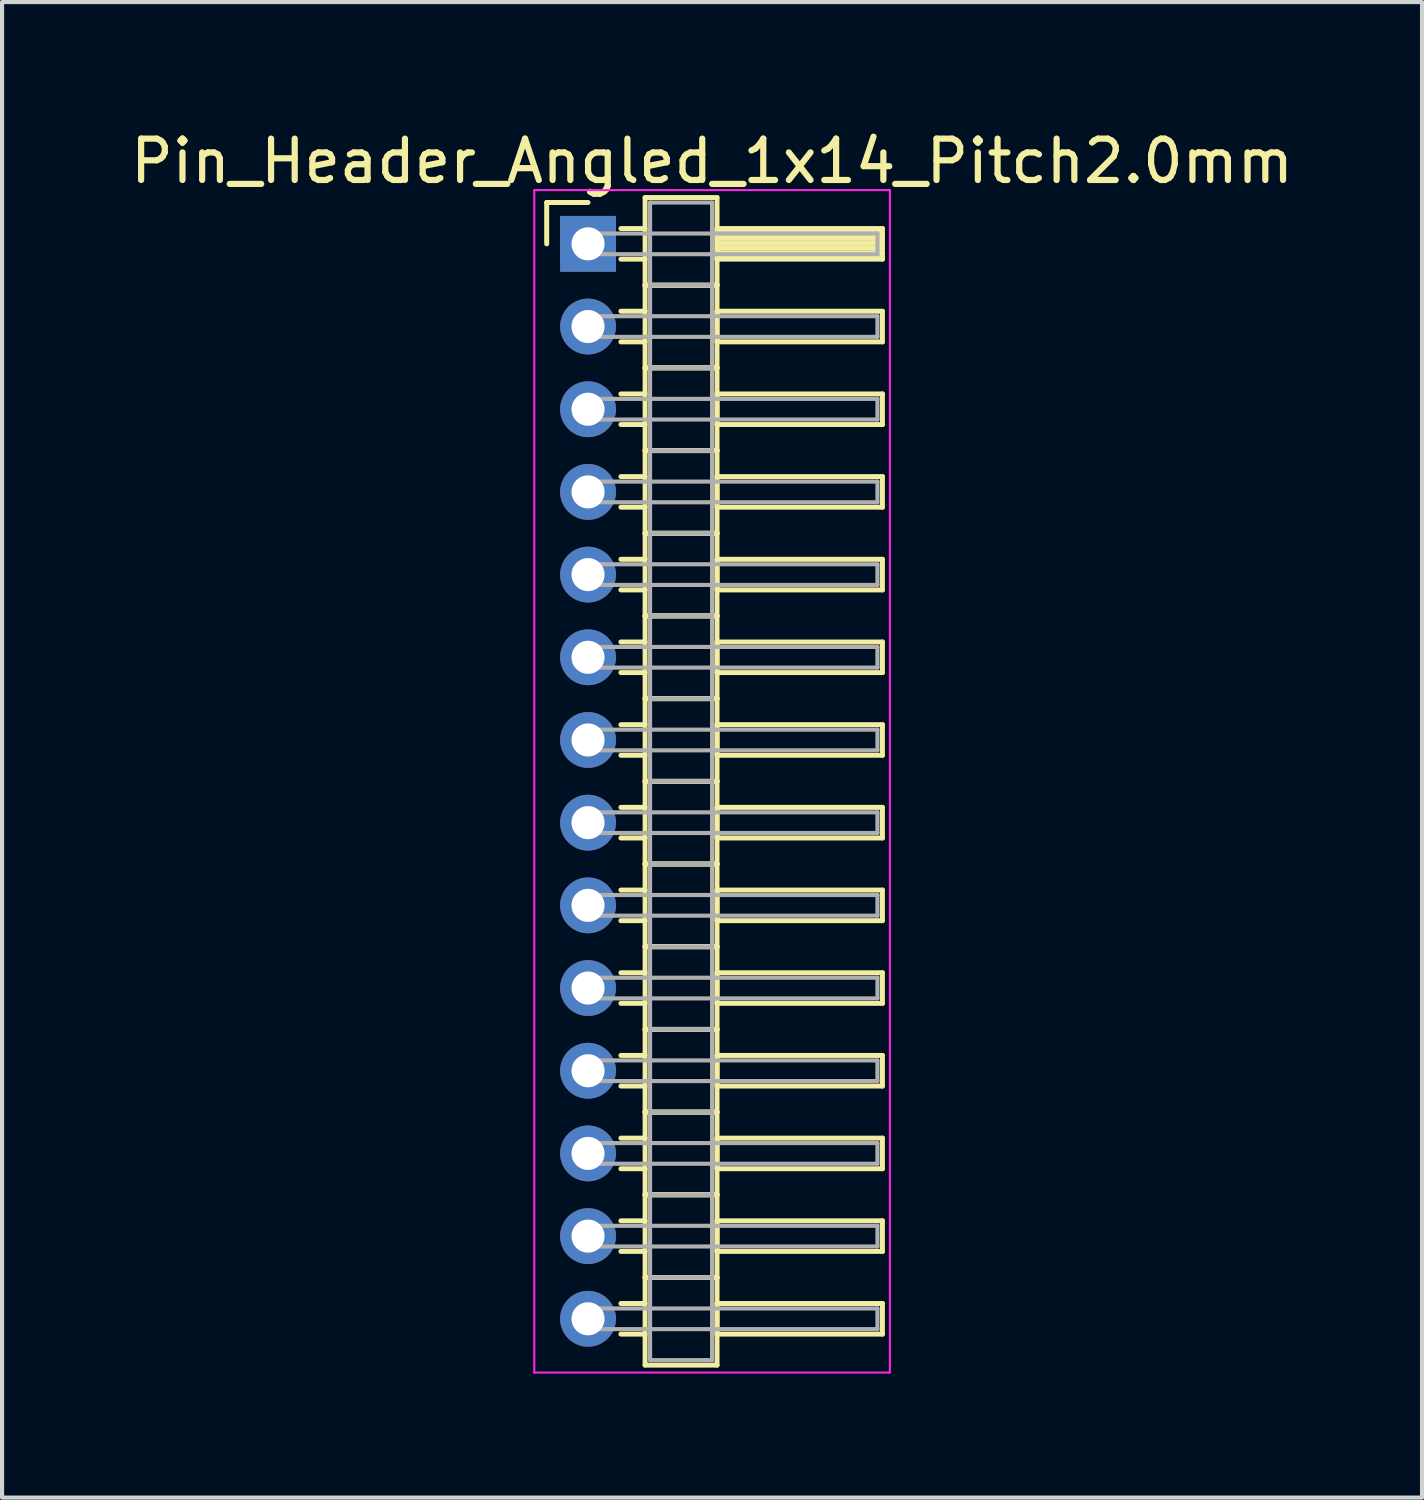
<source format=kicad_pcb>
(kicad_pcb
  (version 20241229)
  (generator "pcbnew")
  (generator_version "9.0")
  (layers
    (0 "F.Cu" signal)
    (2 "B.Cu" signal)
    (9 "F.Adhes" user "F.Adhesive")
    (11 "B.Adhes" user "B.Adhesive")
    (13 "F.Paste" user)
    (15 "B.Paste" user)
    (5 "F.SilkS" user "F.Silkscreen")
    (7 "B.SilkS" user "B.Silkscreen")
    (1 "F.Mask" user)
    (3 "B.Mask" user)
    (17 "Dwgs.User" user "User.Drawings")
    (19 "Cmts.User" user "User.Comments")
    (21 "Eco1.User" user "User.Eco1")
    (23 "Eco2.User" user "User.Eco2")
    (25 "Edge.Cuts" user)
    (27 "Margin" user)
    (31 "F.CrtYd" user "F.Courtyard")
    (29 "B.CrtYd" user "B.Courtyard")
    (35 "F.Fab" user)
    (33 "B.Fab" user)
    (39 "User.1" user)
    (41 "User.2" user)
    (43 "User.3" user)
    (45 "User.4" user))
  (footprint "Pin_Header_Angled_1x14_Pitch2.0mm"
    (layer "F.Cu")
    (at 11.173 2.848)
    (property "Reference" "Pin_Header_Angled_1x14_Pitch2.0mm" (at 3 -2 0) (layer "F.SilkS") (effects (font (size 1 1) (thickness 0.15))))
    (attr through_hole)
    (fp_line (start -1 -1) (end 0 -1) (stroke (width 0.12) (type solid)) (layer "F.SilkS"))
    (fp_line (start -1 0) (end -1 -1) (stroke (width 0.12) (type solid)) (layer "F.SilkS"))
    (fp_line (start 0.795 -0.37) (end 1.38 -0.37) (stroke (width 0.12) (type solid)) (layer "F.SilkS"))
    (fp_line (start 0.795 0.37) (end 1.38 0.37) (stroke (width 0.12) (type solid)) (layer "F.SilkS"))
    (fp_line (start 0.795 1.63) (end 1.38 1.63) (stroke (width 0.12) (type solid)) (layer "F.SilkS"))
    (fp_line (start 0.795 2.37) (end 1.38 2.37) (stroke (width 0.12) (type solid)) (layer "F.SilkS"))
    (fp_line (start 0.795 3.63) (end 1.38 3.63) (stroke (width 0.12) (type solid)) (layer "F.SilkS"))
    (fp_line (start 0.795 4.37) (end 1.38 4.37) (stroke (width 0.12) (type solid)) (layer "F.SilkS"))
    (fp_line (start 0.795 5.63) (end 1.38 5.63) (stroke (width 0.12) (type solid)) (layer "F.SilkS"))
    (fp_line (start 0.795 6.37) (end 1.38 6.37) (stroke (width 0.12) (type solid)) (layer "F.SilkS"))
    (fp_line (start 0.795 7.63) (end 1.38 7.63) (stroke (width 0.12) (type solid)) (layer "F.SilkS"))
    (fp_line (start 0.795 8.37) (end 1.38 8.37) (stroke (width 0.12) (type solid)) (layer "F.SilkS"))
    (fp_line (start 0.795 9.63) (end 1.38 9.63) (stroke (width 0.12) (type solid)) (layer "F.SilkS"))
    (fp_line (start 0.795 10.37) (end 1.38 10.37) (stroke (width 0.12) (type solid)) (layer "F.SilkS"))
    (fp_line (start 0.795 11.63) (end 1.38 11.63) (stroke (width 0.12) (type solid)) (layer "F.SilkS"))
    (fp_line (start 0.795 12.37) (end 1.38 12.37) (stroke (width 0.12) (type solid)) (layer "F.SilkS"))
    (fp_line (start 0.795 13.63) (end 1.38 13.63) (stroke (width 0.12) (type solid)) (layer "F.SilkS"))
    (fp_line (start 0.795 14.37) (end 1.38 14.37) (stroke (width 0.12) (type solid)) (layer "F.SilkS"))
    (fp_line (start 0.795 15.63) (end 1.38 15.63) (stroke (width 0.12) (type solid)) (layer "F.SilkS"))
    (fp_line (start 0.795 16.37) (end 1.38 16.37) (stroke (width 0.12) (type solid)) (layer "F.SilkS"))
    (fp_line (start 0.795 17.63) (end 1.38 17.63) (stroke (width 0.12) (type solid)) (layer "F.SilkS"))
    (fp_line (start 0.795 18.37) (end 1.38 18.37) (stroke (width 0.12) (type solid)) (layer "F.SilkS"))
    (fp_line (start 0.795 19.63) (end 1.38 19.63) (stroke (width 0.12) (type solid)) (layer "F.SilkS"))
    (fp_line (start 0.795 20.37) (end 1.38 20.37) (stroke (width 0.12) (type solid)) (layer "F.SilkS"))
    (fp_line (start 0.795 21.63) (end 1.38 21.63) (stroke (width 0.12) (type solid)) (layer "F.SilkS"))
    (fp_line (start 0.795 22.37) (end 1.38 22.37) (stroke (width 0.12) (type solid)) (layer "F.SilkS"))
    (fp_line (start 0.795 23.63) (end 1.38 23.63) (stroke (width 0.12) (type solid)) (layer "F.SilkS"))
    (fp_line (start 0.795 24.37) (end 1.38 24.37) (stroke (width 0.12) (type solid)) (layer "F.SilkS"))
    (fp_line (start 0.795 25.63) (end 1.38 25.63) (stroke (width 0.12) (type solid)) (layer "F.SilkS"))
    (fp_line (start 0.795 26.37) (end 1.38 26.37) (stroke (width 0.12) (type solid)) (layer "F.SilkS"))
    (fp_line (start 1.38 -1.12) (end 1.38 1) (stroke (width 0.12) (type solid)) (layer "F.SilkS"))
    (fp_line (start 1.38 1) (end 1.38 3) (stroke (width 0.12) (type solid)) (layer "F.SilkS"))
    (fp_line (start 1.38 1) (end 3.12 1) (stroke (width 0.12) (type solid)) (layer "F.SilkS"))
    (fp_line (start 1.38 3) (end 1.38 5) (stroke (width 0.12) (type solid)) (layer "F.SilkS"))
    (fp_line (start 1.38 3) (end 3.12 3) (stroke (width 0.12) (type solid)) (layer "F.SilkS"))
    (fp_line (start 1.38 5) (end 1.38 7) (stroke (width 0.12) (type solid)) (layer "F.SilkS"))
    (fp_line (start 1.38 5) (end 3.12 5) (stroke (width 0.12) (type solid)) (layer "F.SilkS"))
    (fp_line (start 1.38 7) (end 1.38 9) (stroke (width 0.12) (type solid)) (layer "F.SilkS"))
    (fp_line (start 1.38 7) (end 3.12 7) (stroke (width 0.12) (type solid)) (layer "F.SilkS"))
    (fp_line (start 1.38 9) (end 1.38 11) (stroke (width 0.12) (type solid)) (layer "F.SilkS"))
    (fp_line (start 1.38 9) (end 3.12 9) (stroke (width 0.12) (type solid)) (layer "F.SilkS"))
    (fp_line (start 1.38 11) (end 1.38 13) (stroke (width 0.12) (type solid)) (layer "F.SilkS"))
    (fp_line (start 1.38 11) (end 3.12 11) (stroke (width 0.12) (type solid)) (layer "F.SilkS"))
    (fp_line (start 1.38 13) (end 1.38 15) (stroke (width 0.12) (type solid)) (layer "F.SilkS"))
    (fp_line (start 1.38 13) (end 3.12 13) (stroke (width 0.12) (type solid)) (layer "F.SilkS"))
    (fp_line (start 1.38 15) (end 1.38 17) (stroke (width 0.12) (type solid)) (layer "F.SilkS"))
    (fp_line (start 1.38 15) (end 3.12 15) (stroke (width 0.12) (type solid)) (layer "F.SilkS"))
    (fp_line (start 1.38 17) (end 1.38 19) (stroke (width 0.12) (type solid)) (layer "F.SilkS"))
    (fp_line (start 1.38 17) (end 3.12 17) (stroke (width 0.12) (type solid)) (layer "F.SilkS"))
    (fp_line (start 1.38 19) (end 1.38 21) (stroke (width 0.12) (type solid)) (layer "F.SilkS"))
    (fp_line (start 1.38 19) (end 3.12 19) (stroke (width 0.12) (type solid)) (layer "F.SilkS"))
    (fp_line (start 1.38 21) (end 1.38 23) (stroke (width 0.12) (type solid)) (layer "F.SilkS"))
    (fp_line (start 1.38 21) (end 3.12 21) (stroke (width 0.12) (type solid)) (layer "F.SilkS"))
    (fp_line (start 1.38 23) (end 1.38 25) (stroke (width 0.12) (type solid)) (layer "F.SilkS"))
    (fp_line (start 1.38 23) (end 3.12 23) (stroke (width 0.12) (type solid)) (layer "F.SilkS"))
    (fp_line (start 1.38 25) (end 1.38 27.12) (stroke (width 0.12) (type solid)) (layer "F.SilkS"))
    (fp_line (start 1.38 25) (end 3.12 25) (stroke (width 0.12) (type solid)) (layer "F.SilkS"))
    (fp_line (start 1.38 27.12) (end 3.12 27.12) (stroke (width 0.12) (type solid)) (layer "F.SilkS"))
    (fp_line (start 3.12 -1.12) (end 1.38 -1.12) (stroke (width 0.12) (type solid)) (layer "F.SilkS"))
    (fp_line (start 3.12 -0.37) (end 3.12 0.37) (stroke (width 0.12) (type solid)) (layer "F.SilkS"))
    (fp_line (start 3.12 -0.25) (end 7.12 -0.25) (stroke (width 0.12) (type solid)) (layer "F.SilkS"))
    (fp_line (start 3.12 -0.13) (end 7.12 -0.13) (stroke (width 0.12) (type solid)) (layer "F.SilkS"))
    (fp_line (start 3.12 -0.01) (end 7.12 -0.01) (stroke (width 0.12) (type solid)) (layer "F.SilkS"))
    (fp_line (start 3.12 0.11) (end 7.12 0.11) (stroke (width 0.12) (type solid)) (layer "F.SilkS"))
    (fp_line (start 3.12 0.23) (end 7.12 0.23) (stroke (width 0.12) (type solid)) (layer "F.SilkS"))
    (fp_line (start 3.12 0.35) (end 7.12 0.35) (stroke (width 0.12) (type solid)) (layer "F.SilkS"))
    (fp_line (start 3.12 0.37) (end 7.12 0.37) (stroke (width 0.12) (type solid)) (layer "F.SilkS"))
    (fp_line (start 3.12 1) (end 1.38 1) (stroke (width 0.12) (type solid)) (layer "F.SilkS"))
    (fp_line (start 3.12 1) (end 3.12 -1.12) (stroke (width 0.12) (type solid)) (layer "F.SilkS"))
    (fp_line (start 3.12 1.63) (end 3.12 2.37) (stroke (width 0.12) (type solid)) (layer "F.SilkS"))
    (fp_line (start 3.12 2.37) (end 7.12 2.37) (stroke (width 0.12) (type solid)) (layer "F.SilkS"))
    (fp_line (start 3.12 3) (end 1.38 3) (stroke (width 0.12) (type solid)) (layer "F.SilkS"))
    (fp_line (start 3.12 3) (end 3.12 1) (stroke (width 0.12) (type solid)) (layer "F.SilkS"))
    (fp_line (start 3.12 3.63) (end 3.12 4.37) (stroke (width 0.12) (type solid)) (layer "F.SilkS"))
    (fp_line (start 3.12 4.37) (end 7.12 4.37) (stroke (width 0.12) (type solid)) (layer "F.SilkS"))
    (fp_line (start 3.12 5) (end 1.38 5) (stroke (width 0.12) (type solid)) (layer "F.SilkS"))
    (fp_line (start 3.12 5) (end 3.12 3) (stroke (width 0.12) (type solid)) (layer "F.SilkS"))
    (fp_line (start 3.12 5.63) (end 3.12 6.37) (stroke (width 0.12) (type solid)) (layer "F.SilkS"))
    (fp_line (start 3.12 6.37) (end 7.12 6.37) (stroke (width 0.12) (type solid)) (layer "F.SilkS"))
    (fp_line (start 3.12 7) (end 1.38 7) (stroke (width 0.12) (type solid)) (layer "F.SilkS"))
    (fp_line (start 3.12 7) (end 3.12 5) (stroke (width 0.12) (type solid)) (layer "F.SilkS"))
    (fp_line (start 3.12 7.63) (end 3.12 8.37) (stroke (width 0.12) (type solid)) (layer "F.SilkS"))
    (fp_line (start 3.12 8.37) (end 7.12 8.37) (stroke (width 0.12) (type solid)) (layer "F.SilkS"))
    (fp_line (start 3.12 9) (end 1.38 9) (stroke (width 0.12) (type solid)) (layer "F.SilkS"))
    (fp_line (start 3.12 9) (end 3.12 7) (stroke (width 0.12) (type solid)) (layer "F.SilkS"))
    (fp_line (start 3.12 9.63) (end 3.12 10.37) (stroke (width 0.12) (type solid)) (layer "F.SilkS"))
    (fp_line (start 3.12 10.37) (end 7.12 10.37) (stroke (width 0.12) (type solid)) (layer "F.SilkS"))
    (fp_line (start 3.12 11) (end 1.38 11) (stroke (width 0.12) (type solid)) (layer "F.SilkS"))
    (fp_line (start 3.12 11) (end 3.12 9) (stroke (width 0.12) (type solid)) (layer "F.SilkS"))
    (fp_line (start 3.12 11.63) (end 3.12 12.37) (stroke (width 0.12) (type solid)) (layer "F.SilkS"))
    (fp_line (start 3.12 12.37) (end 7.12 12.37) (stroke (width 0.12) (type solid)) (layer "F.SilkS"))
    (fp_line (start 3.12 13) (end 1.38 13) (stroke (width 0.12) (type solid)) (layer "F.SilkS"))
    (fp_line (start 3.12 13) (end 3.12 11) (stroke (width 0.12) (type solid)) (layer "F.SilkS"))
    (fp_line (start 3.12 13.63) (end 3.12 14.37) (stroke (width 0.12) (type solid)) (layer "F.SilkS"))
    (fp_line (start 3.12 14.37) (end 7.12 14.37) (stroke (width 0.12) (type solid)) (layer "F.SilkS"))
    (fp_line (start 3.12 15) (end 1.38 15) (stroke (width 0.12) (type solid)) (layer "F.SilkS"))
    (fp_line (start 3.12 15) (end 3.12 13) (stroke (width 0.12) (type solid)) (layer "F.SilkS"))
    (fp_line (start 3.12 15.63) (end 3.12 16.37) (stroke (width 0.12) (type solid)) (layer "F.SilkS"))
    (fp_line (start 3.12 16.37) (end 7.12 16.37) (stroke (width 0.12) (type solid)) (layer "F.SilkS"))
    (fp_line (start 3.12 17) (end 1.38 17) (stroke (width 0.12) (type solid)) (layer "F.SilkS"))
    (fp_line (start 3.12 17) (end 3.12 15) (stroke (width 0.12) (type solid)) (layer "F.SilkS"))
    (fp_line (start 3.12 17.63) (end 3.12 18.37) (stroke (width 0.12) (type solid)) (layer "F.SilkS"))
    (fp_line (start 3.12 18.37) (end 7.12 18.37) (stroke (width 0.12) (type solid)) (layer "F.SilkS"))
    (fp_line (start 3.12 19) (end 1.38 19) (stroke (width 0.12) (type solid)) (layer "F.SilkS"))
    (fp_line (start 3.12 19) (end 3.12 17) (stroke (width 0.12) (type solid)) (layer "F.SilkS"))
    (fp_line (start 3.12 19.63) (end 3.12 20.37) (stroke (width 0.12) (type solid)) (layer "F.SilkS"))
    (fp_line (start 3.12 20.37) (end 7.12 20.37) (stroke (width 0.12) (type solid)) (layer "F.SilkS"))
    (fp_line (start 3.12 21) (end 1.38 21) (stroke (width 0.12) (type solid)) (layer "F.SilkS"))
    (fp_line (start 3.12 21) (end 3.12 19) (stroke (width 0.12) (type solid)) (layer "F.SilkS"))
    (fp_line (start 3.12 21.63) (end 3.12 22.37) (stroke (width 0.12) (type solid)) (layer "F.SilkS"))
    (fp_line (start 3.12 22.37) (end 7.12 22.37) (stroke (width 0.12) (type solid)) (layer "F.SilkS"))
    (fp_line (start 3.12 23) (end 1.38 23) (stroke (width 0.12) (type solid)) (layer "F.SilkS"))
    (fp_line (start 3.12 23) (end 3.12 21) (stroke (width 0.12) (type solid)) (layer "F.SilkS"))
    (fp_line (start 3.12 23.63) (end 3.12 24.37) (stroke (width 0.12) (type solid)) (layer "F.SilkS"))
    (fp_line (start 3.12 24.37) (end 7.12 24.37) (stroke (width 0.12) (type solid)) (layer "F.SilkS"))
    (fp_line (start 3.12 25) (end 1.38 25) (stroke (width 0.12) (type solid)) (layer "F.SilkS"))
    (fp_line (start 3.12 25) (end 3.12 23) (stroke (width 0.12) (type solid)) (layer "F.SilkS"))
    (fp_line (start 3.12 25.63) (end 3.12 26.37) (stroke (width 0.12) (type solid)) (layer "F.SilkS"))
    (fp_line (start 3.12 26.37) (end 7.12 26.37) (stroke (width 0.12) (type solid)) (layer "F.SilkS"))
    (fp_line (start 3.12 27.12) (end 3.12 25) (stroke (width 0.12) (type solid)) (layer "F.SilkS"))
    (fp_line (start 7.12 -0.37) (end 3.12 -0.37) (stroke (width 0.12) (type solid)) (layer "F.SilkS"))
    (fp_line (start 7.12 0.37) (end 7.12 -0.37) (stroke (width 0.12) (type solid)) (layer "F.SilkS"))
    (fp_line (start 7.12 1.63) (end 3.12 1.63) (stroke (width 0.12) (type solid)) (layer "F.SilkS"))
    (fp_line (start 7.12 2.37) (end 7.12 1.63) (stroke (width 0.12) (type solid)) (layer "F.SilkS"))
    (fp_line (start 7.12 3.63) (end 3.12 3.63) (stroke (width 0.12) (type solid)) (layer "F.SilkS"))
    (fp_line (start 7.12 4.37) (end 7.12 3.63) (stroke (width 0.12) (type solid)) (layer "F.SilkS"))
    (fp_line (start 7.12 5.63) (end 3.12 5.63) (stroke (width 0.12) (type solid)) (layer "F.SilkS"))
    (fp_line (start 7.12 6.37) (end 7.12 5.63) (stroke (width 0.12) (type solid)) (layer "F.SilkS"))
    (fp_line (start 7.12 7.63) (end 3.12 7.63) (stroke (width 0.12) (type solid)) (layer "F.SilkS"))
    (fp_line (start 7.12 8.37) (end 7.12 7.63) (stroke (width 0.12) (type solid)) (layer "F.SilkS"))
    (fp_line (start 7.12 9.63) (end 3.12 9.63) (stroke (width 0.12) (type solid)) (layer "F.SilkS"))
    (fp_line (start 7.12 10.37) (end 7.12 9.63) (stroke (width 0.12) (type solid)) (layer "F.SilkS"))
    (fp_line (start 7.12 11.63) (end 3.12 11.63) (stroke (width 0.12) (type solid)) (layer "F.SilkS"))
    (fp_line (start 7.12 12.37) (end 7.12 11.63) (stroke (width 0.12) (type solid)) (layer "F.SilkS"))
    (fp_line (start 7.12 13.63) (end 3.12 13.63) (stroke (width 0.12) (type solid)) (layer "F.SilkS"))
    (fp_line (start 7.12 14.37) (end 7.12 13.63) (stroke (width 0.12) (type solid)) (layer "F.SilkS"))
    (fp_line (start 7.12 15.63) (end 3.12 15.63) (stroke (width 0.12) (type solid)) (layer "F.SilkS"))
    (fp_line (start 7.12 16.37) (end 7.12 15.63) (stroke (width 0.12) (type solid)) (layer "F.SilkS"))
    (fp_line (start 7.12 17.63) (end 3.12 17.63) (stroke (width 0.12) (type solid)) (layer "F.SilkS"))
    (fp_line (start 7.12 18.37) (end 7.12 17.63) (stroke (width 0.12) (type solid)) (layer "F.SilkS"))
    (fp_line (start 7.12 19.63) (end 3.12 19.63) (stroke (width 0.12) (type solid)) (layer "F.SilkS"))
    (fp_line (start 7.12 20.37) (end 7.12 19.63) (stroke (width 0.12) (type solid)) (layer "F.SilkS"))
    (fp_line (start 7.12 21.63) (end 3.12 21.63) (stroke (width 0.12) (type solid)) (layer "F.SilkS"))
    (fp_line (start 7.12 22.37) (end 7.12 21.63) (stroke (width 0.12) (type solid)) (layer "F.SilkS"))
    (fp_line (start 7.12 23.63) (end 3.12 23.63) (stroke (width 0.12) (type solid)) (layer "F.SilkS"))
    (fp_line (start 7.12 24.37) (end 7.12 23.63) (stroke (width 0.12) (type solid)) (layer "F.SilkS"))
    (fp_line (start 7.12 25.63) (end 3.12 25.63) (stroke (width 0.12) (type solid)) (layer "F.SilkS"))
    (fp_line (start 7.12 26.37) (end 7.12 25.63) (stroke (width 0.12) (type solid)) (layer "F.SilkS"))
    (fp_line (start -1.3 -1.3) (end -1.3 27.3) (stroke (width 0.05) (type solid)) (layer "F.CrtYd"))
    (fp_line (start -1.3 27.3) (end 7.3 27.3) (stroke (width 0.05) (type solid)) (layer "F.CrtYd"))
    (fp_line (start 7.3 -1.3) (end -1.3 -1.3) (stroke (width 0.05) (type solid)) (layer "F.CrtYd"))
    (fp_line (start 7.3 27.3) (end 7.3 -1.3) (stroke (width 0.05) (type solid)) (layer "F.CrtYd"))
    (fp_line (start 0 -0.25) (end 0 0.25) (stroke (width 0.1) (type solid)) (layer "F.Fab"))
    (fp_line (start 0 0.25) (end 7 0.25) (stroke (width 0.1) (type solid)) (layer "F.Fab"))
    (fp_line (start 0 1.75) (end 0 2.25) (stroke (width 0.1) (type solid)) (layer "F.Fab"))
    (fp_line (start 0 2.25) (end 7 2.25) (stroke (width 0.1) (type solid)) (layer "F.Fab"))
    (fp_line (start 0 3.75) (end 0 4.25) (stroke (width 0.1) (type solid)) (layer "F.Fab"))
    (fp_line (start 0 4.25) (end 7 4.25) (stroke (width 0.1) (type solid)) (layer "F.Fab"))
    (fp_line (start 0 5.75) (end 0 6.25) (stroke (width 0.1) (type solid)) (layer "F.Fab"))
    (fp_line (start 0 6.25) (end 7 6.25) (stroke (width 0.1) (type solid)) (layer "F.Fab"))
    (fp_line (start 0 7.75) (end 0 8.25) (stroke (width 0.1) (type solid)) (layer "F.Fab"))
    (fp_line (start 0 8.25) (end 7 8.25) (stroke (width 0.1) (type solid)) (layer "F.Fab"))
    (fp_line (start 0 9.75) (end 0 10.25) (stroke (width 0.1) (type solid)) (layer "F.Fab"))
    (fp_line (start 0 10.25) (end 7 10.25) (stroke (width 0.1) (type solid)) (layer "F.Fab"))
    (fp_line (start 0 11.75) (end 0 12.25) (stroke (width 0.1) (type solid)) (layer "F.Fab"))
    (fp_line (start 0 12.25) (end 7 12.25) (stroke (width 0.1) (type solid)) (layer "F.Fab"))
    (fp_line (start 0 13.75) (end 0 14.25) (stroke (width 0.1) (type solid)) (layer "F.Fab"))
    (fp_line (start 0 14.25) (end 7 14.25) (stroke (width 0.1) (type solid)) (layer "F.Fab"))
    (fp_line (start 0 15.75) (end 0 16.25) (stroke (width 0.1) (type solid)) (layer "F.Fab"))
    (fp_line (start 0 16.25) (end 7 16.25) (stroke (width 0.1) (type solid)) (layer "F.Fab"))
    (fp_line (start 0 17.75) (end 0 18.25) (stroke (width 0.1) (type solid)) (layer "F.Fab"))
    (fp_line (start 0 18.25) (end 7 18.25) (stroke (width 0.1) (type solid)) (layer "F.Fab"))
    (fp_line (start 0 19.75) (end 0 20.25) (stroke (width 0.1) (type solid)) (layer "F.Fab"))
    (fp_line (start 0 20.25) (end 7 20.25) (stroke (width 0.1) (type solid)) (layer "F.Fab"))
    (fp_line (start 0 21.75) (end 0 22.25) (stroke (width 0.1) (type solid)) (layer "F.Fab"))
    (fp_line (start 0 22.25) (end 7 22.25) (stroke (width 0.1) (type solid)) (layer "F.Fab"))
    (fp_line (start 0 23.75) (end 0 24.25) (stroke (width 0.1) (type solid)) (layer "F.Fab"))
    (fp_line (start 0 24.25) (end 7 24.25) (stroke (width 0.1) (type solid)) (layer "F.Fab"))
    (fp_line (start 0 25.75) (end 0 26.25) (stroke (width 0.1) (type solid)) (layer "F.Fab"))
    (fp_line (start 0 26.25) (end 7 26.25) (stroke (width 0.1) (type solid)) (layer "F.Fab"))
    (fp_line (start 1.5 -1) (end 1.5 1) (stroke (width 0.1) (type solid)) (layer "F.Fab"))
    (fp_line (start 1.5 1) (end 1.5 3) (stroke (width 0.1) (type solid)) (layer "F.Fab"))
    (fp_line (start 1.5 1) (end 3 1) (stroke (width 0.1) (type solid)) (layer "F.Fab"))
    (fp_line (start 1.5 3) (end 1.5 5) (stroke (width 0.1) (type solid)) (layer "F.Fab"))
    (fp_line (start 1.5 3) (end 3 3) (stroke (width 0.1) (type solid)) (layer "F.Fab"))
    (fp_line (start 1.5 5) (end 1.5 7) (stroke (width 0.1) (type solid)) (layer "F.Fab"))
    (fp_line (start 1.5 5) (end 3 5) (stroke (width 0.1) (type solid)) (layer "F.Fab"))
    (fp_line (start 1.5 7) (end 1.5 9) (stroke (width 0.1) (type solid)) (layer "F.Fab"))
    (fp_line (start 1.5 7) (end 3 7) (stroke (width 0.1) (type solid)) (layer "F.Fab"))
    (fp_line (start 1.5 9) (end 1.5 11) (stroke (width 0.1) (type solid)) (layer "F.Fab"))
    (fp_line (start 1.5 9) (end 3 9) (stroke (width 0.1) (type solid)) (layer "F.Fab"))
    (fp_line (start 1.5 11) (end 1.5 13) (stroke (width 0.1) (type solid)) (layer "F.Fab"))
    (fp_line (start 1.5 11) (end 3 11) (stroke (width 0.1) (type solid)) (layer "F.Fab"))
    (fp_line (start 1.5 13) (end 1.5 15) (stroke (width 0.1) (type solid)) (layer "F.Fab"))
    (fp_line (start 1.5 13) (end 3 13) (stroke (width 0.1) (type solid)) (layer "F.Fab"))
    (fp_line (start 1.5 15) (end 1.5 17) (stroke (width 0.1) (type solid)) (layer "F.Fab"))
    (fp_line (start 1.5 15) (end 3 15) (stroke (width 0.1) (type solid)) (layer "F.Fab"))
    (fp_line (start 1.5 17) (end 1.5 19) (stroke (width 0.1) (type solid)) (layer "F.Fab"))
    (fp_line (start 1.5 17) (end 3 17) (stroke (width 0.1) (type solid)) (layer "F.Fab"))
    (fp_line (start 1.5 19) (end 1.5 21) (stroke (width 0.1) (type solid)) (layer "F.Fab"))
    (fp_line (start 1.5 19) (end 3 19) (stroke (width 0.1) (type solid)) (layer "F.Fab"))
    (fp_line (start 1.5 21) (end 1.5 23) (stroke (width 0.1) (type solid)) (layer "F.Fab"))
    (fp_line (start 1.5 21) (end 3 21) (stroke (width 0.1) (type solid)) (layer "F.Fab"))
    (fp_line (start 1.5 23) (end 1.5 25) (stroke (width 0.1) (type solid)) (layer "F.Fab"))
    (fp_line (start 1.5 23) (end 3 23) (stroke (width 0.1) (type solid)) (layer "F.Fab"))
    (fp_line (start 1.5 25) (end 1.5 27) (stroke (width 0.1) (type solid)) (layer "F.Fab"))
    (fp_line (start 1.5 25) (end 3 25) (stroke (width 0.1) (type solid)) (layer "F.Fab"))
    (fp_line (start 1.5 27) (end 3 27) (stroke (width 0.1) (type solid)) (layer "F.Fab"))
    (fp_line (start 3 -1) (end 1.5 -1) (stroke (width 0.1) (type solid)) (layer "F.Fab"))
    (fp_line (start 3 1) (end 1.5 1) (stroke (width 0.1) (type solid)) (layer "F.Fab"))
    (fp_line (start 3 1) (end 3 -1) (stroke (width 0.1) (type solid)) (layer "F.Fab"))
    (fp_line (start 3 3) (end 1.5 3) (stroke (width 0.1) (type solid)) (layer "F.Fab"))
    (fp_line (start 3 3) (end 3 1) (stroke (width 0.1) (type solid)) (layer "F.Fab"))
    (fp_line (start 3 5) (end 1.5 5) (stroke (width 0.1) (type solid)) (layer "F.Fab"))
    (fp_line (start 3 5) (end 3 3) (stroke (width 0.1) (type solid)) (layer "F.Fab"))
    (fp_line (start 3 7) (end 1.5 7) (stroke (width 0.1) (type solid)) (layer "F.Fab"))
    (fp_line (start 3 7) (end 3 5) (stroke (width 0.1) (type solid)) (layer "F.Fab"))
    (fp_line (start 3 9) (end 1.5 9) (stroke (width 0.1) (type solid)) (layer "F.Fab"))
    (fp_line (start 3 9) (end 3 7) (stroke (width 0.1) (type solid)) (layer "F.Fab"))
    (fp_line (start 3 11) (end 1.5 11) (stroke (width 0.1) (type solid)) (layer "F.Fab"))
    (fp_line (start 3 11) (end 3 9) (stroke (width 0.1) (type solid)) (layer "F.Fab"))
    (fp_line (start 3 13) (end 1.5 13) (stroke (width 0.1) (type solid)) (layer "F.Fab"))
    (fp_line (start 3 13) (end 3 11) (stroke (width 0.1) (type solid)) (layer "F.Fab"))
    (fp_line (start 3 15) (end 1.5 15) (stroke (width 0.1) (type solid)) (layer "F.Fab"))
    (fp_line (start 3 15) (end 3 13) (stroke (width 0.1) (type solid)) (layer "F.Fab"))
    (fp_line (start 3 17) (end 1.5 17) (stroke (width 0.1) (type solid)) (layer "F.Fab"))
    (fp_line (start 3 17) (end 3 15) (stroke (width 0.1) (type solid)) (layer "F.Fab"))
    (fp_line (start 3 19) (end 1.5 19) (stroke (width 0.1) (type solid)) (layer "F.Fab"))
    (fp_line (start 3 19) (end 3 17) (stroke (width 0.1) (type solid)) (layer "F.Fab"))
    (fp_line (start 3 21) (end 1.5 21) (stroke (width 0.1) (type solid)) (layer "F.Fab"))
    (fp_line (start 3 21) (end 3 19) (stroke (width 0.1) (type solid)) (layer "F.Fab"))
    (fp_line (start 3 23) (end 1.5 23) (stroke (width 0.1) (type solid)) (layer "F.Fab"))
    (fp_line (start 3 23) (end 3 21) (stroke (width 0.1) (type solid)) (layer "F.Fab"))
    (fp_line (start 3 25) (end 1.5 25) (stroke (width 0.1) (type solid)) (layer "F.Fab"))
    (fp_line (start 3 25) (end 3 23) (stroke (width 0.1) (type solid)) (layer "F.Fab"))
    (fp_line (start 3 27) (end 3 25) (stroke (width 0.1) (type solid)) (layer "F.Fab"))
    (fp_line (start 7 -0.25) (end 0 -0.25) (stroke (width 0.1) (type solid)) (layer "F.Fab"))
    (fp_line (start 7 0.25) (end 7 -0.25) (stroke (width 0.1) (type solid)) (layer "F.Fab"))
    (fp_line (start 7 1.75) (end 0 1.75) (stroke (width 0.1) (type solid)) (layer "F.Fab"))
    (fp_line (start 7 2.25) (end 7 1.75) (stroke (width 0.1) (type solid)) (layer "F.Fab"))
    (fp_line (start 7 3.75) (end 0 3.75) (stroke (width 0.1) (type solid)) (layer "F.Fab"))
    (fp_line (start 7 4.25) (end 7 3.75) (stroke (width 0.1) (type solid)) (layer "F.Fab"))
    (fp_line (start 7 5.75) (end 0 5.75) (stroke (width 0.1) (type solid)) (layer "F.Fab"))
    (fp_line (start 7 6.25) (end 7 5.75) (stroke (width 0.1) (type solid)) (layer "F.Fab"))
    (fp_line (start 7 7.75) (end 0 7.75) (stroke (width 0.1) (type solid)) (layer "F.Fab"))
    (fp_line (start 7 8.25) (end 7 7.75) (stroke (width 0.1) (type solid)) (layer "F.Fab"))
    (fp_line (start 7 9.75) (end 0 9.75) (stroke (width 0.1) (type solid)) (layer "F.Fab"))
    (fp_line (start 7 10.25) (end 7 9.75) (stroke (width 0.1) (type solid)) (layer "F.Fab"))
    (fp_line (start 7 11.75) (end 0 11.75) (stroke (width 0.1) (type solid)) (layer "F.Fab"))
    (fp_line (start 7 12.25) (end 7 11.75) (stroke (width 0.1) (type solid)) (layer "F.Fab"))
    (fp_line (start 7 13.75) (end 0 13.75) (stroke (width 0.1) (type solid)) (layer "F.Fab"))
    (fp_line (start 7 14.25) (end 7 13.75) (stroke (width 0.1) (type solid)) (layer "F.Fab"))
    (fp_line (start 7 15.75) (end 0 15.75) (stroke (width 0.1) (type solid)) (layer "F.Fab"))
    (fp_line (start 7 16.25) (end 7 15.75) (stroke (width 0.1) (type solid)) (layer "F.Fab"))
    (fp_line (start 7 17.75) (end 0 17.75) (stroke (width 0.1) (type solid)) (layer "F.Fab"))
    (fp_line (start 7 18.25) (end 7 17.75) (stroke (width 0.1) (type solid)) (layer "F.Fab"))
    (fp_line (start 7 19.75) (end 0 19.75) (stroke (width 0.1) (type solid)) (layer "F.Fab"))
    (fp_line (start 7 20.25) (end 7 19.75) (stroke (width 0.1) (type solid)) (layer "F.Fab"))
    (fp_line (start 7 21.75) (end 0 21.75) (stroke (width 0.1) (type solid)) (layer "F.Fab"))
    (fp_line (start 7 22.25) (end 7 21.75) (stroke (width 0.1) (type solid)) (layer "F.Fab"))
    (fp_line (start 7 23.75) (end 0 23.75) (stroke (width 0.1) (type solid)) (layer "F.Fab"))
    (fp_line (start 7 24.25) (end 7 23.75) (stroke (width 0.1) (type solid)) (layer "F.Fab"))
    (fp_line (start 7 25.75) (end 0 25.75) (stroke (width 0.1) (type solid)) (layer "F.Fab"))
    (fp_line (start 7 26.25) (end 7 25.75) (stroke (width 0.1) (type solid)) (layer "F.Fab"))
    (pad "1" thru_hole rect (at 0 0) (size 1.35 1.35) (drill 0.8) (layers "*.Cu" "*.Mask"))
    (pad "2" thru_hole oval (at 0 2) (size 1.35 1.35) (drill 0.8) (layers "*.Cu" "*.Mask"))
    (pad "3" thru_hole oval (at 0 4) (size 1.35 1.35) (drill 0.8) (layers "*.Cu" "*.Mask"))
    (pad "4" thru_hole oval (at 0 6) (size 1.35 1.35) (drill 0.8) (layers "*.Cu" "*.Mask"))
    (pad "5" thru_hole oval (at 0 8) (size 1.35 1.35) (drill 0.8) (layers "*.Cu" "*.Mask"))
    (pad "6" thru_hole oval (at 0 10) (size 1.35 1.35) (drill 0.8) (layers "*.Cu" "*.Mask"))
    (pad "7" thru_hole oval (at 0 12) (size 1.35 1.35) (drill 0.8) (layers "*.Cu" "*.Mask"))
    (pad "8" thru_hole oval (at 0 14) (size 1.35 1.35) (drill 0.8) (layers "*.Cu" "*.Mask"))
    (pad "9" thru_hole oval (at 0 16) (size 1.35 1.35) (drill 0.8) (layers "*.Cu" "*.Mask"))
    (pad "10" thru_hole oval (at 0 18) (size 1.35 1.35) (drill 0.8) (layers "*.Cu" "*.Mask"))
    (pad "11" thru_hole oval (at 0 20) (size 1.35 1.35) (drill 0.8) (layers "*.Cu" "*.Mask"))
    (pad "12" thru_hole oval (at 0 22) (size 1.35 1.35) (drill 0.8) (layers "*.Cu" "*.Mask"))
    (pad "13" thru_hole oval (at 0 24) (size 1.35 1.35) (drill 0.8) (layers "*.Cu" "*.Mask"))
    (pad "14" thru_hole oval (at 0 26) (size 1.35 1.35) (drill 0.8) (layers "*.Cu" "*.Mask")))
  (gr_rect
    (start -3 -3)
    (end 31.345 33.173)
    (stroke (width 0.1) (type default))
    (fill no)
    (layer "Edge.Cuts")))
</source>
